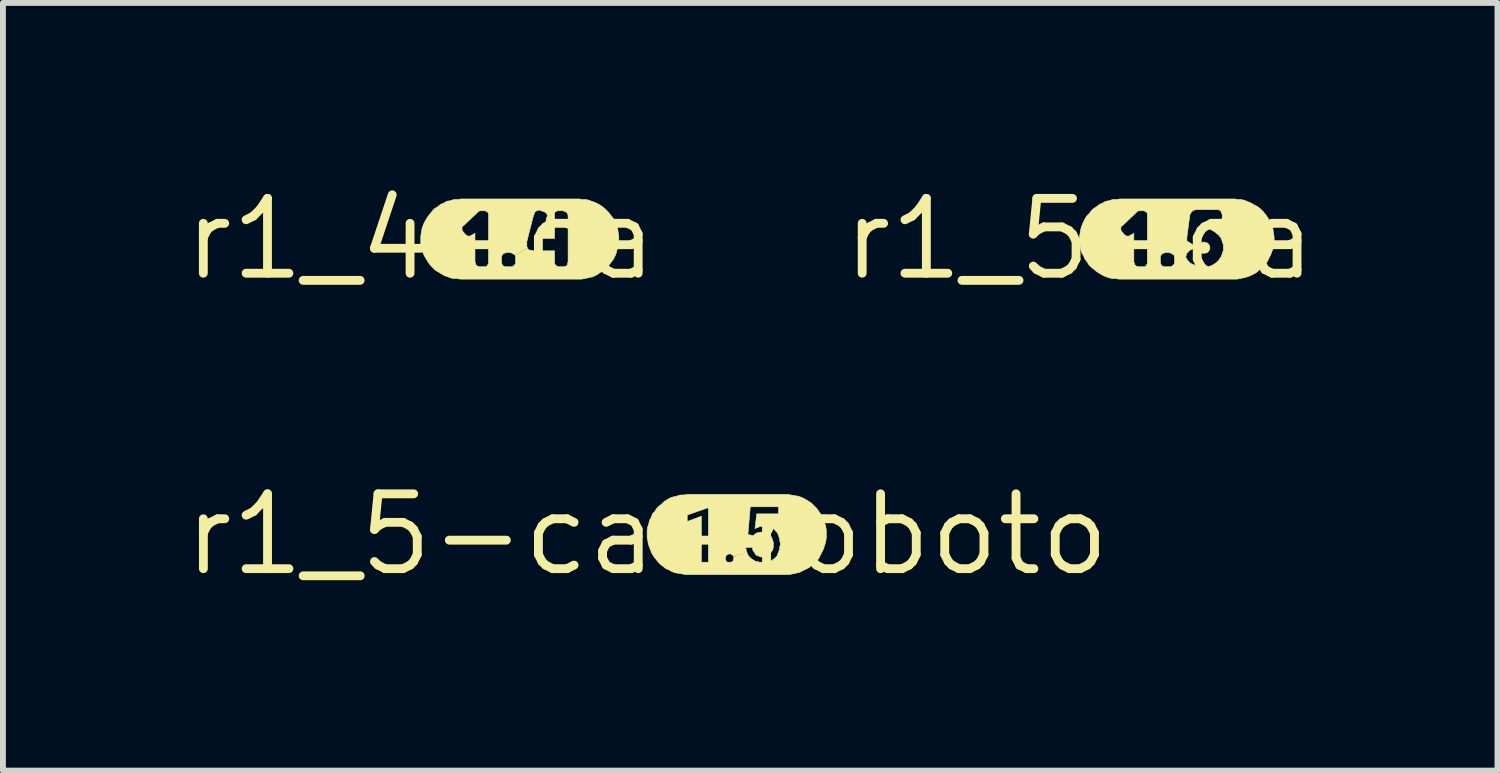
<source format=kicad_pcb>
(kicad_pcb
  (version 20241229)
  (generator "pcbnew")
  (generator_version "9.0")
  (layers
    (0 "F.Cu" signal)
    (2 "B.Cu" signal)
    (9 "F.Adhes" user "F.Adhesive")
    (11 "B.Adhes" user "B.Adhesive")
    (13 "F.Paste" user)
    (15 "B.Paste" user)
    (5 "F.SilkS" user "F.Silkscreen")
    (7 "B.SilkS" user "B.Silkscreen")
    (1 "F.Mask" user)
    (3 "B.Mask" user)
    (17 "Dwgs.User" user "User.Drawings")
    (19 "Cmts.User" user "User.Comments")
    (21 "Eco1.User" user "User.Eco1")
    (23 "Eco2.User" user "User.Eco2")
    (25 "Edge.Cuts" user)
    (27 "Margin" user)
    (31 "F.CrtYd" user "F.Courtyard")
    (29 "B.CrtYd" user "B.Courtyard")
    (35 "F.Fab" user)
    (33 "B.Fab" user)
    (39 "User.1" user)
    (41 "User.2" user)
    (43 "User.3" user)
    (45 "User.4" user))
  (footprint "r1_5-ca"
    (layer "F.Cu")
    (at 15.268 1.006)
    (property "Reference" "r1_5-ca" (at 0 0 0) (layer "F.SilkS") (effects (font (size 1.27 1.27) (thickness 0.15))))
    (attr board_only exclude_from_pos_files exclude_from_bom)
    (fp_poly (pts (xy 0.68 -0.68) (xy 0.62 -0.67) (xy 0.56 -0.67) (xy 0.5 -0.65) (xy 0.44 -0.64) (xy 0.39 -0.61) (xy 0.34 -0.59) (xy 0.29 -0.55) (xy 0.24 -0.52) (xy 0.2 -0.48) (xy 0.16 -0.43) (xy 0.12 -0.39) (xy 0.09 -0.34) (xy 0.06 -0.28) (xy 0.04 -0.23) (xy 0.02 -0.17) (xy 0.01 -0.11) (xy 0 -0.05) (xy 0 0.01) (xy 0 0.06) (xy 0.01 0.12) (xy 0.02 0.18) (xy 0.04 0.24) (xy 0.07 0.29) (xy 0.09 0.34) (xy 0.13 0.39) (xy 0.16 0.44) (xy 0.2 0.48) (xy 0.25 0.52) (xy 0.3 0.56) (xy 0.35 0.59) (xy 0.4 0.62) (xy 0.45 0.64) (xy 0.51 0.66) (xy 0.56 0.67) (xy 0.61 0.67) (xy 0.67 0.68) (xy 0.95 0.45) (xy 0.93 0.43) (xy 0.93 0.41) (xy 0.92 0.39) (xy 0.92 0.36) (xy 0.92 -0.1) (xy 0.91 -0.09) (xy 0.89 -0.08) (xy 0.87 -0.07) (xy 0.85 -0.06) (xy 0.84 -0.05) (xy 0.82 -0.05) (xy 0.81 -0.05) (xy 0.8 -0.05) (xy 0.78 -0.06) (xy 0.77 -0.07) (xy 0.75 -0.08) (xy 0.74 -0.1) (xy 0.72 -0.12) (xy 0.71 -0.14) (xy 0.7 -0.15) (xy 0.7 -0.17) (xy 0.7 -0.18) (xy 0.7 -0.2) (xy 0.71 -0.22) (xy 0.73 -0.23) (xy 0.96 -0.45) (xy 0.98 -0.47) (xy 1.01 -0.48) (xy 1.03 -0.48) (xy 1.06 -0.48) (xy 1.09 -0.48) (xy 1.13 -0.46) (xy 1.14 -0.45) (xy 1.15 -0.43) (xy 1.15 0.41) (xy 1.37 0.4) (xy 1.37 0.37) (xy 1.37 0.31) (xy 1.37 0.3) (xy 1.37 0.28) (xy 1.39 0.27) (xy 1.39 0.26) (xy 1.41 0.24) (xy 1.43 0.24) (xy 1.45 0.23) (xy 1.48 0.23) (xy 1.52 0.23) (xy 1.55 0.24) (xy 1.57 0.25) (xy 1.58 0.26) (xy 1.6 0.27) (xy 1.61 0.3) (xy 1.61 0.33) (xy 1.8 0.31) (xy 1.8 0.29) (xy 1.81 0.28) (xy 1.81 0.26) (xy 1.82 0.24) (xy 1.87 0.19) (xy 1.89 0.18) (xy 1.91 0.17) (xy 1.92 0.17) (xy 1.93 0.17) (xy 1.95 0.18) (xy 1.97 0.19) (xy 2 0.2) (xy 2.01 0.21) (xy 2.02 0.22) (xy 2.04 0.23) (xy 2.06 0.24) (xy 2.09 0.24) (xy 2.12 0.24) (xy 2.14 0.24) (xy 2.15 0.23) (xy 2.17 0.23) (xy 2.18 0.22) (xy 2.19 0.2) (xy 2.2 0.19) (xy 2.21 0.17) (xy 2.21 0.15) (xy 2.21 0.13) (xy 2.2 0.12) (xy 2.2 0.1) (xy 2.19 0.09) (xy 2.18 0.08) (xy 2.17 0.07) (xy 2.15 0.06) (xy 2.13 0.06) (xy 2.11 0.05) (xy 2.1 0.05) (xy 2.08 0.06) (xy 2.06 0.07) (xy 2.03 0.09) (xy 2.01 0.1) (xy 1.99 0.11) (xy 1.96 0.11) (xy 1.94 0.1) (xy 1.92 0.1) (xy 1.88 0.07) (xy 1.83 0.04) (xy 1.82 0.03) (xy 1.82 0.02) (xy 1.82 0.01) (xy 1.82 -0.03) (xy 1.87 -0.41) (xy 1.89 -0.45) (xy 1.9 -0.46) (xy 1.91 -0.47) (xy 1.93 -0.49) (xy 1.95 -0.49) (xy 1.97 -0.5) (xy 1.98 -0.5) (xy 2.31 -0.5) (xy 2.34 -0.5) (xy 2.38 -0.49) (xy 2.39 -0.48) (xy 2.4 -0.47) (xy 2.4 -0.46) (xy 2.41 -0.44) (xy 2.42 -0.41) (xy 2.42 -0.38) (xy 2.42 -0.36) (xy 2.41 -0.34) (xy 2.41 -0.32) (xy 2.4 -0.3) (xy 2.39 -0.29) (xy 2.38 -0.28) (xy 2.36 -0.28) (xy 2.34 -0.27) (xy 2.09 -0.27) (xy 2.08 -0.26) (xy 2.08 -0.23) (xy 2.07 -0.18) (xy 2.15 -0.18) (xy 2.17 -0.17) (xy 2.2 -0.17) (xy 2.23 -0.16) (xy 2.26 -0.14) (xy 2.28 -0.13) (xy 2.31 -0.11) (xy 2.33 -0.09) (xy 2.36 -0.07) (xy 2.38 -0.04) (xy 2.4 -0.02) (xy 2.41 0.01) (xy 2.42 0.04) (xy 2.43 0.07) (xy 2.44 0.1) (xy 2.44 0.13) (xy 2.44 0.16) (xy 2.44 0.19) (xy 2.43 0.22) (xy 2.42 0.25) (xy 2.41 0.28) (xy 2.4 0.3) (xy 2.38 0.33) (xy 2.36 0.36) (xy 2.34 0.38) (xy 2.32 0.4) (xy 2.29 0.42) (xy 2.26 0.44) (xy 2.24 0.45) (xy 2.21 0.46) (xy 2.18 0.47) (xy 2.15 0.47) (xy 2.13 0.47) (xy 2.06 0.47) (xy 2.01 0.46) (xy 1.95 0.44) (xy 1.92 0.43) (xy 1.88 0.41) (xy 1.87 0.4) (xy 1.86 0.39) (xy 1.85 0.38) (xy 1.83 0.36) (xy 1.82 0.34) (xy 1.81 0.32) (xy 1.8 0.31) (xy 1.61 0.33) (xy 1.61 0.36) (xy 1.61 0.39) (xy 1.61 0.41) (xy 1.6 0.43) (xy 1.58 0.45) (xy 1.57 0.46) (xy 1.55 0.47) (xy 1.52 0.47) (xy 1.49 0.47) (xy 1.46 0.47) (xy 1.43 0.47) (xy 1.41 0.46) (xy 1.39 0.45) (xy 1.38 0.43) (xy 1.37 0.4) (xy 1.15 0.41) (xy 1.14 0.43) (xy 1.13 0.45) (xy 1.11 0.47) (xy 1.08 0.47) (xy 1.05 0.47) (xy 1.01 0.47) (xy 0.99 0.47) (xy 0.97 0.46) (xy 0.96 0.46) (xy 0.95 0.45) (xy 0.67 0.68) (xy 2.62 0.68) (xy 2.67 0.68) (xy 2.72 0.67) (xy 2.77 0.66) (xy 2.81 0.65) (xy 2.85 0.64) (xy 2.9 0.62) (xy 2.94 0.6) (xy 2.98 0.58) (xy 3.02 0.55) (xy 3.05 0.52) (xy 3.09 0.49) (xy 3.12 0.46) (xy 3.15 0.42) (xy 3.18 0.39) (xy 3.2 0.35) (xy 3.22 0.31) (xy 3.24 0.27) (xy 3.26 0.22) (xy 3.28 0.16) (xy 3.29 0.09) (xy 3.3 0.03) (xy 3.3 -0.04) (xy 3.29 -0.1) (xy 3.28 -0.17) (xy 3.26 -0.23) (xy 3.23 -0.29) (xy 3.2 -0.35) (xy 3.16 -0.41) (xy 3.12 -0.46) (xy 3.07 -0.51) (xy 3.02 -0.55) (xy 2.96 -0.58) (xy 2.91 -0.61) (xy 2.84 -0.64) (xy 2.79 -0.66) (xy 2.74 -0.67) (xy 2.69 -0.67) (xy 2.63 -0.68) (xy 0.68 -0.68)) (stroke (width 0.01) (type solid)) (fill yes) (layer "F.SilkS")))
  (footprint "r1_5-ca-roboto"
    (layer "F.Cu")
    (at 7.93 6.019)
    (property "Reference" "r1_5-ca-roboto" (at 0 0 0) (layer "F.SilkS") (effects (font (size 1.27 1.27) (thickness 0.15))))
    (attr board_only exclude_from_pos_files exclude_from_bom)
    (fp_poly (pts (xy 0.68 -0.68) (xy 0.62 -0.67) (xy 0.56 -0.67) (xy 0.5 -0.65) (xy 0.45 -0.64) (xy 0.39 -0.62) (xy 0.34 -0.59) (xy 0.29 -0.56) (xy 0.25 -0.52) (xy 0.2 -0.48) (xy 0.16 -0.44) (xy 0.13 -0.39) (xy 0.09 -0.35) (xy 0.07 -0.29) (xy 0.04 -0.24) (xy 0.03 -0.19) (xy 0.01 -0.13) (xy 0 -0.07) (xy 0 -0.01) (xy 0 0.05) (xy 0.01 0.1) (xy 0.02 0.16) (xy 0.04 0.22) (xy 0.06 0.27) (xy 0.08 0.32) (xy 0.11 0.37) (xy 0.15 0.42) (xy 0.19 0.47) (xy 0.23 0.51) (xy 0.27 0.54) (xy 0.32 0.58) (xy 0.37 0.6) (xy 0.42 0.63) (xy 0.48 0.65) (xy 0.54 0.66) (xy 0.6 0.67) (xy 0.66 0.68) (xy 0.92 0.47) (xy 0.92 -0.31) (xy 0.68 -0.22) (xy 0.68 -0.33) (xy 1.02 -0.45) (xy 1.04 -0.45) (xy 1.04 0.47) (xy 1.33 0.42) (xy 1.33 0.41) (xy 1.33 0.39) (xy 1.33 0.37) (xy 1.34 0.36) (xy 1.35 0.35) (xy 1.36 0.34) (xy 1.37 0.34) (xy 1.38 0.33) (xy 1.4 0.33) (xy 1.42 0.33) (xy 1.43 0.34) (xy 1.44 0.34) (xy 1.45 0.35) (xy 1.46 0.36) (xy 1.46 0.37) (xy 1.69 0.3) (xy 1.68 0.27) (xy 1.68 0.25) (xy 1.67 0.22) (xy 1.79 0.22) (xy 1.79 0.26) (xy 1.81 0.29) (xy 1.83 0.32) (xy 1.85 0.35) (xy 1.88 0.36) (xy 1.92 0.38) (xy 1.96 0.38) (xy 2 0.38) (xy 2.04 0.37) (xy 2.07 0.35) (xy 2.09 0.32) (xy 2.11 0.29) (xy 2.13 0.26) (xy 2.14 0.22) (xy 2.14 0.17) (xy 2.14 0.13) (xy 2.13 0.1) (xy 2.12 0.07) (xy 2.11 0.05) (xy 2.1 0.03) (xy 2.08 0.01) (xy 2.06 -0.01) (xy 2.04 -0.02) (xy 2.01 -0.03) (xy 1.99 -0.04) (xy 1.96 -0.04) (xy 1.92 -0.04) (xy 1.89 -0.03) (xy 1.87 -0.03) (xy 1.85 -0.02) (xy 1.8 0.02) (xy 1.71 0) (xy 1.75 -0.47) (xy 2.23 -0.47) (xy 2.23 -0.35) (xy 1.86 -0.35) (xy 1.83 -0.1) (xy 1.85 -0.11) (xy 1.88 -0.12) (xy 1.9 -0.13) (xy 1.93 -0.14) (xy 1.96 -0.14) (xy 1.99 -0.14) (xy 2.02 -0.14) (xy 2.04 -0.14) (xy 2.07 -0.13) (xy 2.09 -0.12) (xy 2.11 -0.11) (xy 2.14 -0.1) (xy 2.16 -0.09) (xy 2.17 -0.07) (xy 2.19 -0.05) (xy 2.21 -0.03) (xy 2.22 -0.01) (xy 2.23 0.02) (xy 2.24 0.05) (xy 2.25 0.08) (xy 2.25 0.11) (xy 2.26 0.14) (xy 2.26 0.18) (xy 2.25 0.21) (xy 2.25 0.24) (xy 2.24 0.27) (xy 2.23 0.3) (xy 2.22 0.32) (xy 2.21 0.35) (xy 2.2 0.37) (xy 2.18 0.39) (xy 2.16 0.41) (xy 2.14 0.42) (xy 2.12 0.44) (xy 2.1 0.45) (xy 2.08 0.46) (xy 2.05 0.46) (xy 2.02 0.47) (xy 1.99 0.47) (xy 1.96 0.47) (xy 1.93 0.47) (xy 1.9 0.47) (xy 1.88 0.46) (xy 1.85 0.46) (xy 1.83 0.45) (xy 1.8 0.43) (xy 1.78 0.42) (xy 1.76 0.4) (xy 1.74 0.39) (xy 1.73 0.37) (xy 1.71 0.35) (xy 1.7 0.32) (xy 1.69 0.3) (xy 1.47 0.38) (xy 1.47 0.39) (xy 1.47 0.41) (xy 1.47 0.42) (xy 1.46 0.43) (xy 1.46 0.45) (xy 1.45 0.46) (xy 1.44 0.46) (xy 1.43 0.47) (xy 1.41 0.47) (xy 1.4 0.47) (xy 1.38 0.47) (xy 1.37 0.47) (xy 1.36 0.47) (xy 1.35 0.46) (xy 1.34 0.45) (xy 1.33 0.43) (xy 1.33 0.42) (xy 1.04 0.47) (xy 0.92 0.47) (xy 0.66 0.68) (xy 2.37 0.68) (xy 2.41 0.68) (xy 2.46 0.67) (xy 2.51 0.66) (xy 2.55 0.65) (xy 2.59 0.64) (xy 2.63 0.62) (xy 2.67 0.6) (xy 2.71 0.58) (xy 2.75 0.56) (xy 2.78 0.53) (xy 2.82 0.5) (xy 2.85 0.47) (xy 2.88 0.44) (xy 2.91 0.41) (xy 2.93 0.37) (xy 2.95 0.33) (xy 2.97 0.29) (xy 2.99 0.25) (xy 3.01 0.19) (xy 3.03 0.12) (xy 3.04 0.06) (xy 3.04 -0.01) (xy 3.04 -0.07) (xy 3.03 -0.14) (xy 3.01 -0.2) (xy 2.99 -0.27) (xy 2.96 -0.33) (xy 2.92 -0.38) (xy 2.88 -0.44) (xy 2.84 -0.48) (xy 2.79 -0.53) (xy 2.73 -0.57) (xy 2.68 -0.6) (xy 2.62 -0.63) (xy 2.56 -0.65) (xy 2.5 -0.66) (xy 2.44 -0.67) (xy 2.38 -0.68) (xy 0.68 -0.68)) (stroke (width 0.01) (type solid)) (fill yes) (layer "F.SilkS")))
  (footprint "r1_4-ca"
    (layer "F.Cu")
    (at 4.089 1.006)
    (property "Reference" "r1_4-ca" (at 0 0 0) (layer "F.SilkS") (effects (font (size 1.27 1.27) (thickness 0.15))))
    (attr board_only exclude_from_pos_files exclude_from_bom)
    (fp_poly (pts (xy 0.68 -0.68) (xy 0.62 -0.67) (xy 0.56 -0.67) (xy 0.5 -0.65) (xy 0.44 -0.64) (xy 0.39 -0.61) (xy 0.34 -0.59) (xy 0.29 -0.55) (xy 0.24 -0.52) (xy 0.2 -0.48) (xy 0.16 -0.43) (xy 0.12 -0.38) (xy 0.09 -0.33) (xy 0.06 -0.28) (xy 0.04 -0.23) (xy 0.02 -0.17) (xy 0.01 -0.11) (xy 0 -0.05) (xy 0 0.01) (xy 0 0.07) (xy 0.01 0.13) (xy 0.03 0.19) (xy 0.04 0.24) (xy 0.07 0.3) (xy 0.1 0.35) (xy 0.13 0.4) (xy 0.17 0.45) (xy 0.21 0.49) (xy 0.25 0.53) (xy 0.3 0.56) (xy 0.35 0.59) (xy 0.4 0.62) (xy 0.46 0.64) (xy 0.51 0.66) (xy 0.56 0.67) (xy 0.62 0.67) (xy 0.67 0.68) (xy 0.95 0.45) (xy 0.93 0.43) (xy 0.93 0.41) (xy 0.92 0.39) (xy 0.92 0.36) (xy 0.92 -0.1) (xy 0.91 -0.09) (xy 0.89 -0.08) (xy 0.87 -0.07) (xy 0.85 -0.06) (xy 0.84 -0.05) (xy 0.82 -0.05) (xy 0.81 -0.05) (xy 0.8 -0.05) (xy 0.78 -0.06) (xy 0.77 -0.07) (xy 0.75 -0.08) (xy 0.74 -0.1) (xy 0.72 -0.12) (xy 0.71 -0.14) (xy 0.7 -0.15) (xy 0.7 -0.17) (xy 0.7 -0.18) (xy 0.7 -0.2) (xy 0.71 -0.22) (xy 0.73 -0.23) (xy 0.96 -0.45) (xy 0.98 -0.47) (xy 1.01 -0.48) (xy 1.03 -0.48) (xy 1.06 -0.48) (xy 1.09 -0.48) (xy 1.13 -0.46) (xy 1.14 -0.45) (xy 1.15 -0.43) (xy 1.15 0.41) (xy 1.37 0.4) (xy 1.37 0.37) (xy 1.37 0.31) (xy 1.37 0.3) (xy 1.37 0.28) (xy 1.39 0.27) (xy 1.39 0.26) (xy 1.41 0.24) (xy 1.43 0.24) (xy 1.45 0.23) (xy 1.48 0.23) (xy 1.52 0.23) (xy 1.55 0.24) (xy 1.57 0.25) (xy 1.58 0.26) (xy 1.6 0.27) (xy 1.81 0.15) (xy 1.8 0.13) (xy 1.8 0.1) (xy 1.8 0.04) (xy 1.91 -0.39) (xy 1.93 -0.44) (xy 1.93 -0.45) (xy 1.95 -0.47) (xy 1.97 -0.48) (xy 1.99 -0.49) (xy 2.02 -0.49) (xy 2.1 -0.46) (xy 2.12 -0.45) (xy 2.13 -0.44) (xy 2.14 -0.42) (xy 2.15 -0.41) (xy 2.15 -0.39) (xy 2.14 -0.37) (xy 2.13 -0.34) (xy 2.13 -0.33) (xy 2.06 -0.01) (xy 2.27 -0.01) (xy 2.27 -0.41) (xy 2.27 -0.44) (xy 2.29 -0.47) (xy 2.33 -0.48) (xy 2.36 -0.48) (xy 2.41 -0.48) (xy 2.44 -0.47) (xy 2.46 -0.46) (xy 2.48 -0.45) (xy 2.49 -0.43) (xy 2.5 -0.4) (xy 2.5 -0.37) (xy 2.5 0.38) (xy 2.49 0.42) (xy 2.49 0.43) (xy 2.48 0.45) (xy 2.47 0.46) (xy 2.46 0.46) (xy 2.43 0.47) (xy 2.4 0.47) (xy 2.38 0.47) (xy 2.35 0.47) (xy 2.33 0.47) (xy 2.31 0.46) (xy 2.3 0.45) (xy 2.29 0.45) (xy 2.28 0.43) (xy 2.27 0.41) (xy 2.27 0.38) (xy 2.27 0.2) (xy 1.91 0.2) (xy 1.88 0.19) (xy 1.85 0.19) (xy 1.83 0.18) (xy 1.82 0.17) (xy 1.81 0.16) (xy 1.6 0.28) (xy 1.61 0.3) (xy 1.61 0.33) (xy 1.61 0.36) (xy 1.61 0.39) (xy 1.61 0.41) (xy 1.6 0.43) (xy 1.58 0.45) (xy 1.57 0.46) (xy 1.55 0.47) (xy 1.52 0.47) (xy 1.49 0.47) (xy 1.46 0.47) (xy 1.43 0.47) (xy 1.41 0.46) (xy 1.39 0.45) (xy 1.38 0.43) (xy 1.37 0.4) (xy 1.15 0.41) (xy 1.14 0.43) (xy 1.13 0.45) (xy 1.11 0.47) (xy 1.08 0.47) (xy 1.05 0.47) (xy 1.01 0.47) (xy 0.99 0.47) (xy 0.97 0.46) (xy 0.96 0.46) (xy 0.95 0.45) (xy 0.67 0.68) (xy 2.68 0.68) (xy 2.73 0.68) (xy 2.78 0.67) (xy 2.83 0.66) (xy 2.87 0.65) (xy 2.92 0.64) (xy 2.96 0.62) (xy 3 0.6) (xy 3.04 0.57) (xy 3.08 0.55) (xy 3.12 0.52) (xy 3.15 0.49) (xy 3.18 0.46) (xy 3.21 0.42) (xy 3.24 0.38) (xy 3.27 0.34) (xy 3.29 0.3) (xy 3.31 0.26) (xy 3.32 0.22) (xy 3.34 0.15) (xy 3.35 0.09) (xy 3.36 0.02) (xy 3.36 -0.05) (xy 3.35 -0.11) (xy 3.34 -0.18) (xy 3.32 -0.24) (xy 3.29 -0.3) (xy 3.26 -0.36) (xy 3.22 -0.41) (xy 3.18 -0.46) (xy 3.13 -0.51) (xy 3.08 -0.55) (xy 3.02 -0.59) (xy 2.96 -0.62) (xy 2.9 -0.64) (xy 2.85 -0.66) (xy 2.8 -0.67) (xy 2.75 -0.67) (xy 2.69 -0.68) (xy 0.68 -0.68)) (stroke (width 0.01) (type solid)) (fill yes) (layer "F.SilkS")))
  (gr_rect
    (start -3 -3)
    (end 22.358 10.025)
    (stroke (width 0.1) (type default))
    (fill no)
    (layer "Edge.Cuts")))
</source>
